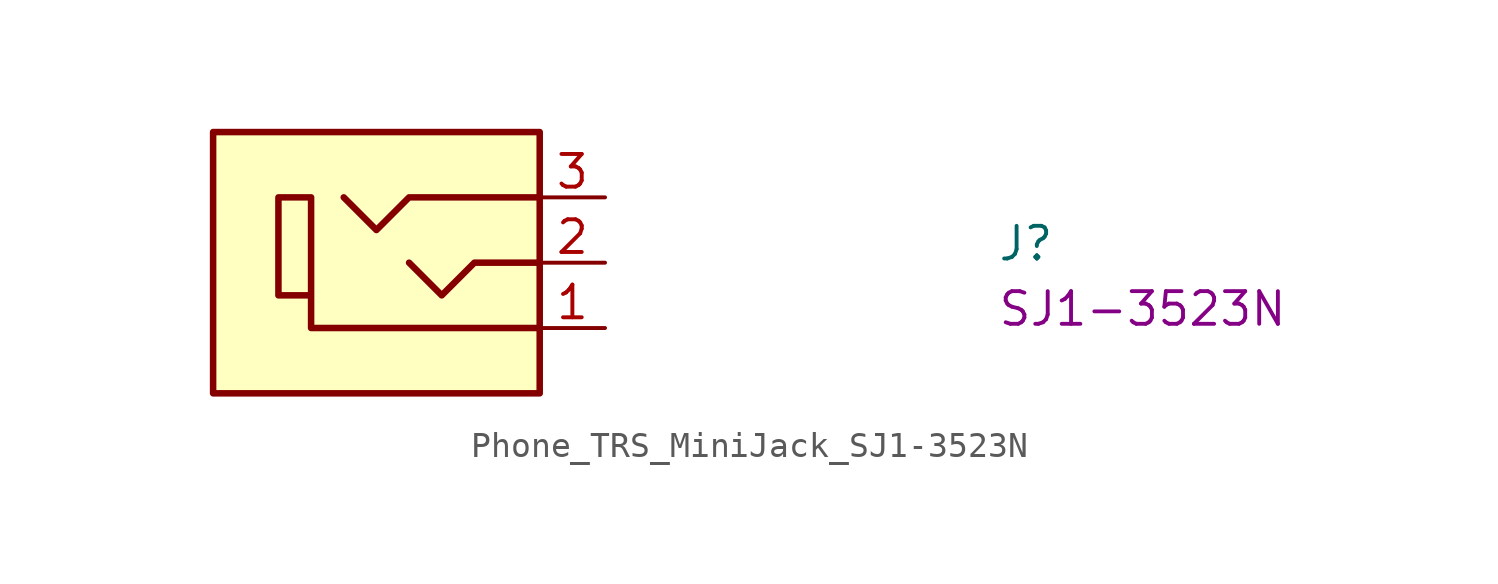
<source format=kicad_sym>
(kicad_symbol_lib
  (version 20220914)
  (generator kicad_symbol_editor)
  (symbol "Phone_TRS_MiniJack_SJ1-3523N"
    (pin_names hide)
    (property "Reference" "J"
      (at 15.24 -2.54 0)
      (effects (font (size 1.27 1.27) (thickness 0.15)) (justify left bottom)))
    (property "MPN" "SJ1-3523N"
      (at 15.24 -5.08 0)
      (effects (font (size 1.27 1.27) (thickness 0.15)) (justify left bottom)))
    (symbol "Phone_TRS_MiniJack_SJ1-3523N_1_1"
      (rectangle (start -2.54 2.54) (end -15.24 -7.62) (stroke (width 0.254) (type default)) (fill (type background)))
      (polyline (pts (xy -2.54 -2.54) (xy -5.08 -2.54) (xy -6.35 -3.81) (xy -7.62 -2.54)) (stroke (width 0.254) (type default)) (fill (type background)))
      (polyline (pts (xy -2.54 0) (xy -7.62 0) (xy -8.89 -1.27) (xy -10.16 0)) (stroke (width 0.254) (type default)) (fill (type background)))
      (polyline (pts (xy -2.54 -5.08) (xy -11.43 -5.08) (xy -11.43 0) (xy -12.7 0) (xy -12.7 -3.81) (xy -11.43 -3.81)) (stroke (width 0.254) (type default)) (fill (type background)))
      (pin passive line (at 0 -5.08 180) (length 2.54) (name "S" (effects (font (size 1.27 1.27)))) (number "1" (effects (font (size 1.27 1.27)))))
      (pin passive line (at 0 -2.54 180) (length 2.54) (name "T" (effects (font (size 1.27 1.27)))) (number "2" (effects (font (size 1.27 1.27)))))
      (pin passive line (at 0 0 180) (length 2.54) (name "R" (effects (font (size 1.27 1.27)))) (number "3" (effects (font (size 1.27 1.27))))))))
</source>
